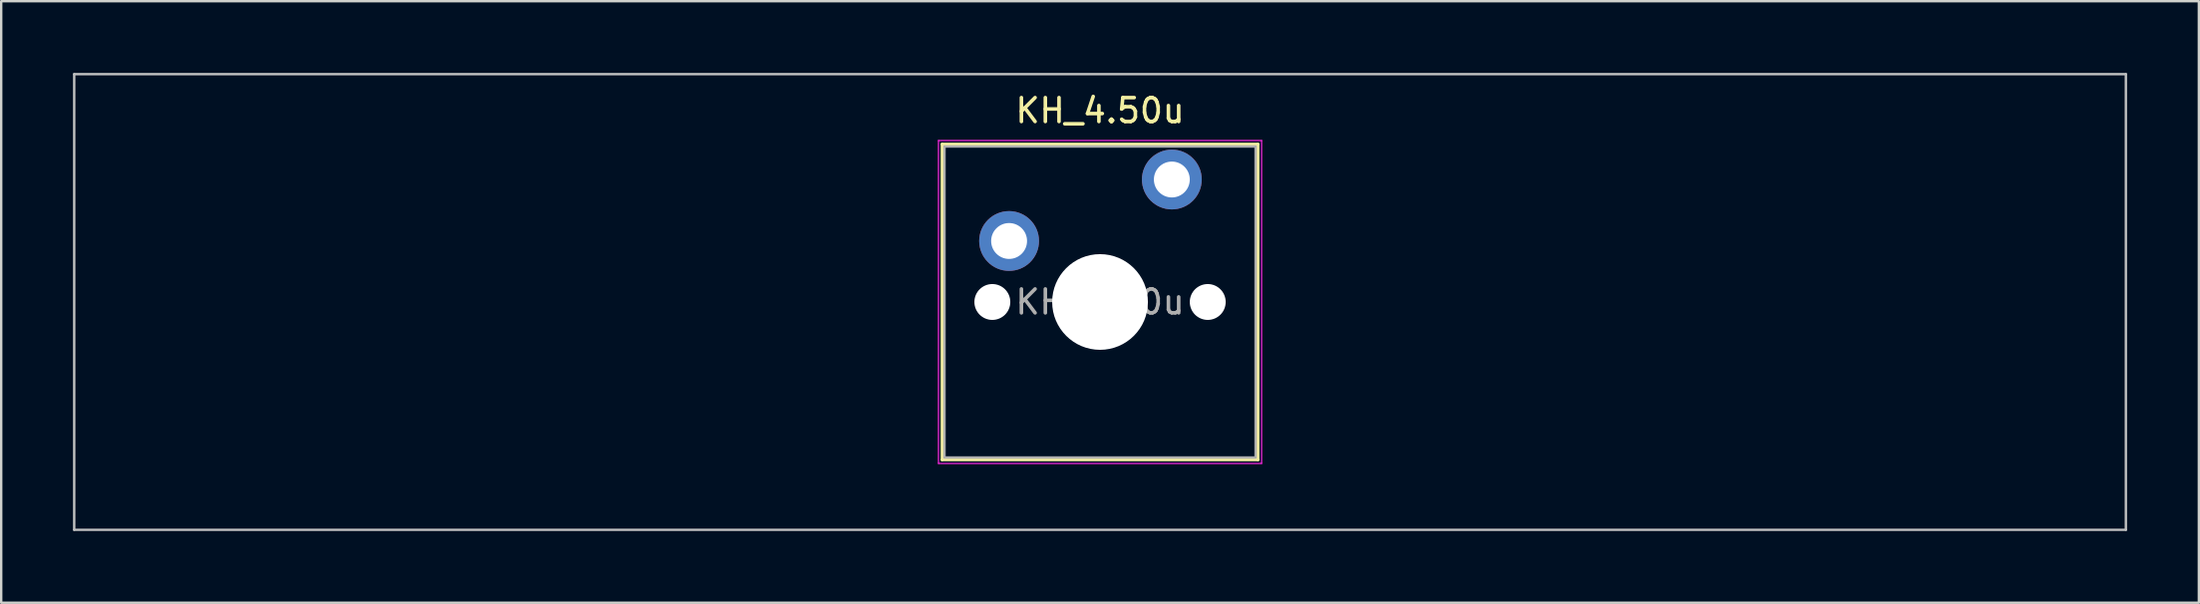
<source format=kicad_pcb>
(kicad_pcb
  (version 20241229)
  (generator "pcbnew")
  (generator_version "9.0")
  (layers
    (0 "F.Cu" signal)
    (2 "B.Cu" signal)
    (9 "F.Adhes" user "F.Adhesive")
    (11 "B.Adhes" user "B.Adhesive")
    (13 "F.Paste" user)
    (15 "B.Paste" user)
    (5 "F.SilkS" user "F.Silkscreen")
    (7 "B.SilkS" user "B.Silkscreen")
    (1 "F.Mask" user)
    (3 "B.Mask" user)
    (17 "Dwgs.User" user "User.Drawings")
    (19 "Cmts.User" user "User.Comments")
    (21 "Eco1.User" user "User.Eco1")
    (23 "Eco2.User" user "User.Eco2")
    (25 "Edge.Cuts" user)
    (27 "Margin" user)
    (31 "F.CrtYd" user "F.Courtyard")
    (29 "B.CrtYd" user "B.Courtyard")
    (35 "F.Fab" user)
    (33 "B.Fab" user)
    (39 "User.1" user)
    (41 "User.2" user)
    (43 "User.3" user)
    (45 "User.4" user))
  (footprint "KH_4.50u"
    (layer "F.Cu")
    (at 42.913 9.575)
    (property "Reference" "KH_4.50u" (at 0 -8 0) (layer "F.SilkS") (effects (font (size 1 1) (thickness 0.15))))
    (attr through_hole)
    (fp_line (start -6.6 -6.6) (end -6.6 6.6) (stroke (width 0.12) (type solid)) (layer "F.SilkS"))
    (fp_line (start -6.6 6.6) (end 6.6 6.6) (stroke (width 0.12) (type solid)) (layer "F.SilkS"))
    (fp_line (start 6.6 -6.6) (end -6.6 -6.6) (stroke (width 0.12) (type solid)) (layer "F.SilkS"))
    (fp_line (start 6.6 6.6) (end 6.6 -6.6) (stroke (width 0.12) (type solid)) (layer "F.SilkS"))
    (fp_line (start -42.862 -9.525) (end -42.862 9.525) (stroke (width 0.1) (type solid)) (layer "Dwgs.User"))
    (fp_line (start -42.862 9.525) (end 42.862 9.525) (stroke (width 0.1) (type solid)) (layer "Dwgs.User"))
    (fp_line (start 42.862 -9.525) (end -42.862 -9.525) (stroke (width 0.1) (type solid)) (layer "Dwgs.User"))
    (fp_line (start 42.862 9.525) (end 42.862 -9.525) (stroke (width 0.1) (type solid)) (layer "Dwgs.User"))
    (fp_line (start -6.1 -6.1) (end -6.1 6.1) (stroke (width 0.1) (type solid)) (layer "Eco1.User"))
    (fp_line (start -6.1 6.1) (end 6.1 6.1) (stroke (width 0.1) (type solid)) (layer "Eco1.User"))
    (fp_line (start 6.1 -6.1) (end -6.1 -6.1) (stroke (width 0.1) (type solid)) (layer "Eco1.User"))
    (fp_line (start 6.1 6.1) (end 6.1 -6.1) (stroke (width 0.1) (type solid)) (layer "Eco1.User"))
    (fp_line (start -6.75 -6.75) (end -6.75 6.75) (stroke (width 0.05) (type solid)) (layer "F.CrtYd"))
    (fp_line (start -6.75 6.75) (end 6.75 6.75) (stroke (width 0.05) (type solid)) (layer "F.CrtYd"))
    (fp_line (start 6.75 -6.75) (end -6.75 -6.75) (stroke (width 0.05) (type solid)) (layer "F.CrtYd"))
    (fp_line (start 6.75 6.75) (end 6.75 -6.75) (stroke (width 0.05) (type solid)) (layer "F.CrtYd"))
    (fp_line (start -6.5 -6.5) (end -6.5 6.5) (stroke (width 0.1) (type solid)) (layer "F.Fab"))
    (fp_line (start -6.5 6.5) (end 6.5 6.5) (stroke (width 0.1) (type solid)) (layer "F.Fab"))
    (fp_line (start 6.5 -6.5) (end -6.5 -6.5) (stroke (width 0.1) (type solid)) (layer "F.Fab"))
    (fp_line (start 6.5 6.5) (end 6.5 -6.5) (stroke (width 0.1) (type solid)) (layer "F.Fab"))
    (fp_text user "${REFERENCE}" (at 0 0 0) (layer "F.Fab") (effects (font (size 1 1) (thickness 0.15))))
    (pad "" np_thru_hole circle (at -4.5 0) (size 1.5 1.5) (drill 1.5) (layers "*.Cu" "*.Mask"))
    (pad "" np_thru_hole circle (at 0 0) (size 4 4) (drill 4) (layers "*.Cu" "*.Mask"))
    (pad "" np_thru_hole circle (at 4.5 0) (size 1.5 1.5) (drill 1.5) (layers "*.Cu" "*.Mask"))
    (pad "1" thru_hole circle (at -3.8 -2.55) (size 2.5 2.5) (drill 1.5) (layers "*.Cu" "*.Mask"))
    (pad "2" thru_hole circle (at 3 -5.12) (size 2.5 2.5) (drill 1.5) (layers "*.Cu" "*.Mask")))
  (gr_rect
    (start -3 -3)
    (end 88.825 22.15)
    (stroke (width 0.1) (type default))
    (fill no)
    (layer "Edge.Cuts")))
</source>
